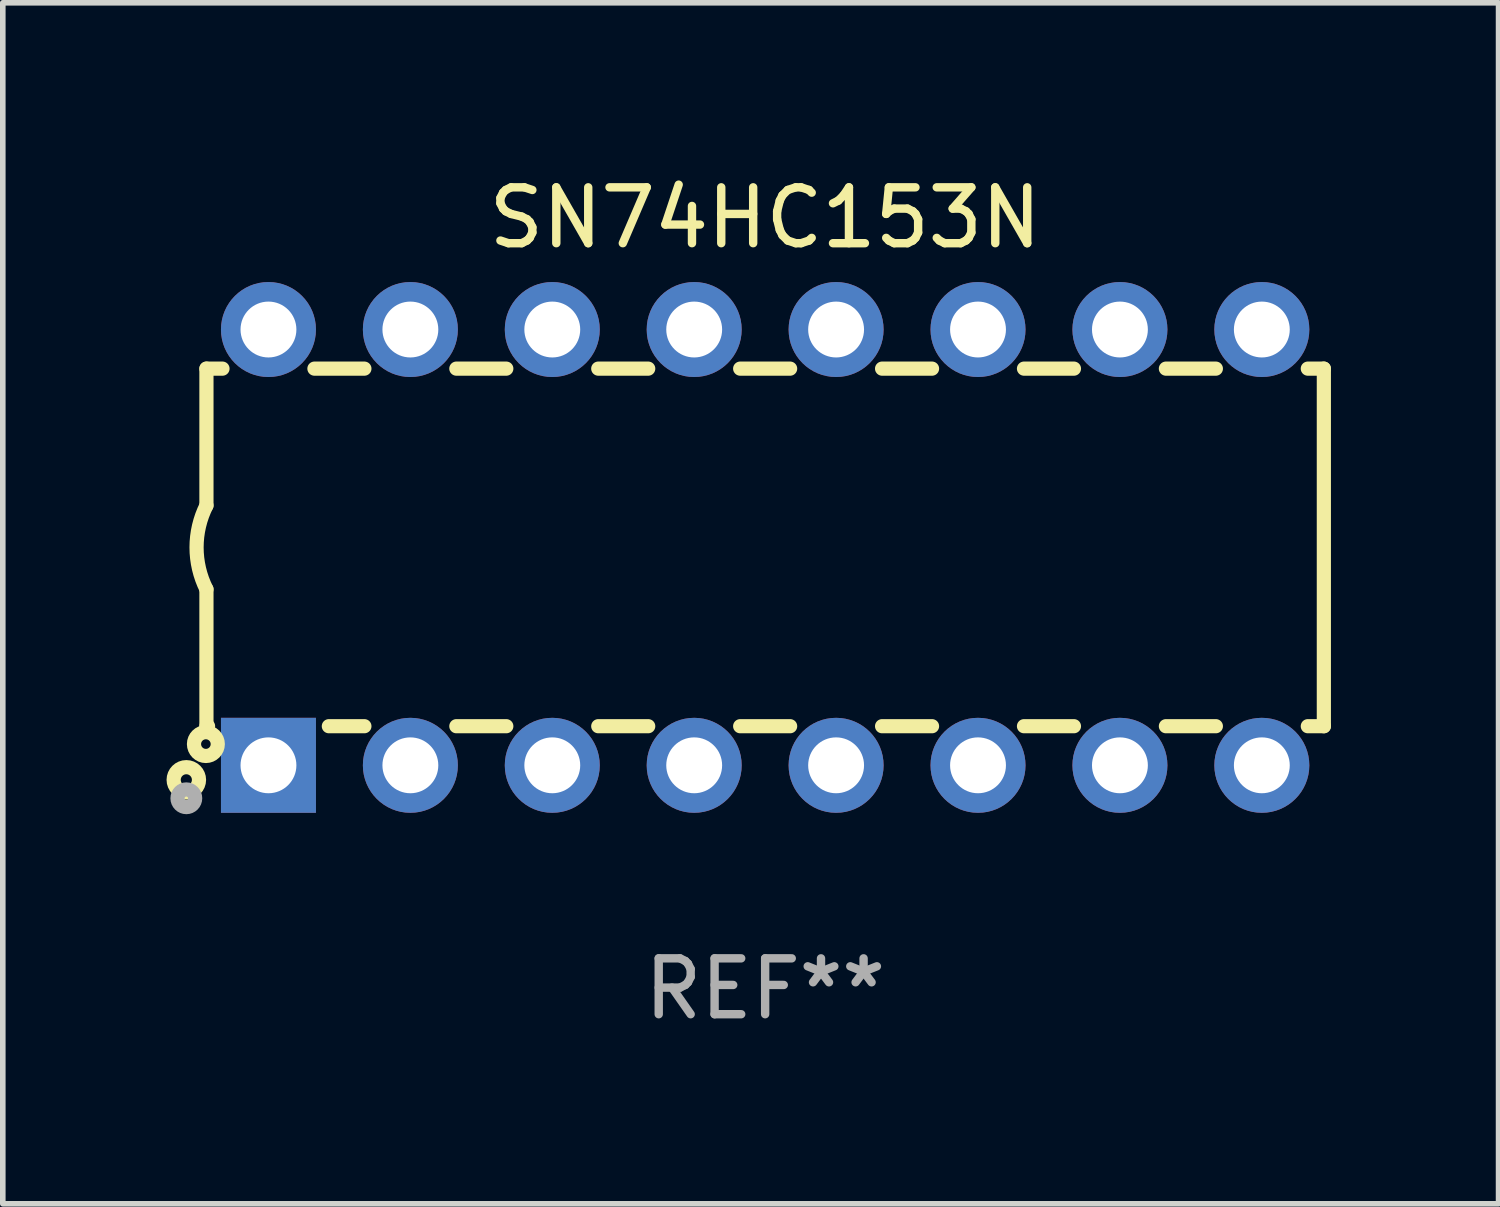
<source format=kicad_pcb>
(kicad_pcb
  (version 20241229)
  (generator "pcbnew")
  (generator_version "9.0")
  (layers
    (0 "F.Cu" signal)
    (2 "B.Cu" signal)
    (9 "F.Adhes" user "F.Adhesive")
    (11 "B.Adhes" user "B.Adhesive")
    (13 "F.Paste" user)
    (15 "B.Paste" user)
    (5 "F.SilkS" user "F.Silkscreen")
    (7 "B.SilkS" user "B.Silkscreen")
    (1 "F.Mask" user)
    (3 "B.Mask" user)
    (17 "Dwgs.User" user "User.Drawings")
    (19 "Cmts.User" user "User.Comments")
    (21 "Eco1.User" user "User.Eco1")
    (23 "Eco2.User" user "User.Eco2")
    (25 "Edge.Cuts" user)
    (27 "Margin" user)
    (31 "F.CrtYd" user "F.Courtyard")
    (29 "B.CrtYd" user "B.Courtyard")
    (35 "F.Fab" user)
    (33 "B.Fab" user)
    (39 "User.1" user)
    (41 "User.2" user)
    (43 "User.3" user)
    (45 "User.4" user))
  (footprint "SN74HC153N"
    (layer "F.Cu")
    (at 10.645 6.748)
    (property "Reference" "SN74HC153N" (at 0 -5.9 0) (layer "F.SilkS") (effects (font (size 1 1) (thickness 0.15))))
    (attr through_hole)
    (fp_line (start -10 -3.2) (end -10 -0.75) (stroke (width 0.254) (type solid)) (layer "F.SilkS"))
    (fp_line (start -10 -3.2) (end -9.713 -3.2) (stroke (width 0.254) (type solid)) (layer "F.SilkS"))
    (fp_line (start -10 3.2) (end -10 0.75) (stroke (width 0.254) (type solid)) (layer "F.SilkS"))
    (fp_line (start -10 3.2) (end -9.971 3.2) (stroke (width 0.254) (type solid)) (layer "F.SilkS"))
    (fp_line (start -8.067 -3.2) (end -7.173 -3.2) (stroke (width 0.254) (type solid)) (layer "F.SilkS"))
    (fp_line (start -7.809 3.2) (end -7.173 3.2) (stroke (width 0.254) (type solid)) (layer "F.SilkS"))
    (fp_line (start -5.527 3.2) (end -4.633 3.2) (stroke (width 0.254) (type solid)) (layer "F.SilkS"))
    (fp_line (start -5.527 -3.2) (end -4.633 -3.2) (stroke (width 0.254) (type solid)) (layer "F.SilkS"))
    (fp_line (start -2.987 3.2) (end -2.093 3.2) (stroke (width 0.254) (type solid)) (layer "F.SilkS"))
    (fp_line (start -2.987 -3.2) (end -2.093 -3.2) (stroke (width 0.254) (type solid)) (layer "F.SilkS"))
    (fp_line (start -0.447 3.2) (end 0.447 3.2) (stroke (width 0.254) (type solid)) (layer "F.SilkS"))
    (fp_line (start -0.447 -3.2) (end 0.447 -3.2) (stroke (width 0.254) (type solid)) (layer "F.SilkS"))
    (fp_line (start 2.093 3.2) (end 2.987 3.2) (stroke (width 0.254) (type solid)) (layer "F.SilkS"))
    (fp_line (start 2.093 -3.2) (end 2.987 -3.2) (stroke (width 0.254) (type solid)) (layer "F.SilkS"))
    (fp_line (start 4.633 3.2) (end 5.527 3.2) (stroke (width 0.254) (type solid)) (layer "F.SilkS"))
    (fp_line (start 4.633 -3.2) (end 5.527 -3.2) (stroke (width 0.254) (type solid)) (layer "F.SilkS"))
    (fp_line (start 7.173 3.2) (end 8.067 3.2) (stroke (width 0.254) (type solid)) (layer "F.SilkS"))
    (fp_line (start 7.173 -3.2) (end 8.067 -3.2) (stroke (width 0.254) (type solid)) (layer "F.SilkS"))
    (fp_line (start 9.713 3.2) (end 10 3.2) (stroke (width 0.254) (type solid)) (layer "F.SilkS"))
    (fp_line (start 9.713 -3.2) (end 10 -3.2) (stroke (width 0.254) (type solid)) (layer "F.SilkS"))
    (fp_line (start 10 -3.2) (end 10 3.2) (stroke (width 0.254) (type solid)) (layer "F.SilkS"))
    (fp_arc (start -10 0.748793) (mid -10.176918 -0.000607) (end -10.000025 -0.750013) (stroke (width 0.254001) (type solid)) (layer "F.SilkS"))
    (fp_circle (center -10.36 4.16) (end -10.26 4.16) (stroke (width 0.254) (type solid)) (fill no) (layer "F.SilkS"))
    (fp_circle (center -10.01 3.52) (end -9.924 3.52) (stroke (width 0.254) (type solid)) (fill no) (layer "F.SilkS"))
    (fp_circle (center -10.36 4.49) (end -10.202 4.49) (stroke (width 0.254) (type solid)) (fill no) (layer "F.Fab"))
    (fp_text user "REF**" (at 0 7.9 0) (layer "F.Fab") (effects (font (size 1 1) (thickness 0.15))))
    (pad "1" thru_hole rect (at -8.89 3.9 90) (size 1.7 1.7) (drill 1) (layers "*.Cu" "*.Mask"))
    (pad "2" thru_hole circle (at -6.35 3.9) (size 1.7 1.7) (drill 1) (layers "*.Cu" "*.Mask"))
    (pad "3" thru_hole circle (at -3.81 3.9) (size 1.7 1.7) (drill 1) (layers "*.Cu" "*.Mask"))
    (pad "4" thru_hole circle (at -1.27 3.9) (size 1.7 1.7) (drill 1) (layers "*.Cu" "*.Mask"))
    (pad "5" thru_hole circle (at 1.27 3.9) (size 1.7 1.7) (drill 1) (layers "*.Cu" "*.Mask"))
    (pad "6" thru_hole circle (at 3.81 3.9) (size 1.7 1.7) (drill 1) (layers "*.Cu" "*.Mask"))
    (pad "7" thru_hole circle (at 6.35 3.9) (size 1.7 1.7) (drill 1) (layers "*.Cu" "*.Mask"))
    (pad "8" thru_hole circle (at 8.89 3.9) (size 1.7 1.7) (drill 1) (layers "*.Cu" "*.Mask"))
    (pad "9" thru_hole circle (at 8.89 -3.9) (size 1.7 1.7) (drill 1) (layers "*.Cu" "*.Mask"))
    (pad "10" thru_hole circle (at 6.35 -3.9) (size 1.7 1.7) (drill 1) (layers "*.Cu" "*.Mask"))
    (pad "11" thru_hole circle (at 3.81 -3.9) (size 1.7 1.7) (drill 1) (layers "*.Cu" "*.Mask"))
    (pad "12" thru_hole circle (at 1.27 -3.9) (size 1.7 1.7) (drill 1) (layers "*.Cu" "*.Mask"))
    (pad "13" thru_hole circle (at -1.27 -3.9) (size 1.7 1.7) (drill 1) (layers "*.Cu" "*.Mask"))
    (pad "14" thru_hole circle (at -3.81 -3.9) (size 1.7 1.7) (drill 1) (layers "*.Cu" "*.Mask"))
    (pad "15" thru_hole circle (at -6.35 -3.9) (size 1.7 1.7) (drill 1) (layers "*.Cu" "*.Mask"))
    (pad "16" thru_hole circle (at -8.89 -3.9) (size 1.7 1.7) (drill 1) (layers "*.Cu" "*.Mask")))
  (gr_rect
    (start -3 -3)
    (end 23.772 18.496)
    (stroke (width 0.1) (type default))
    (fill no)
    (layer "Edge.Cuts")))
</source>
